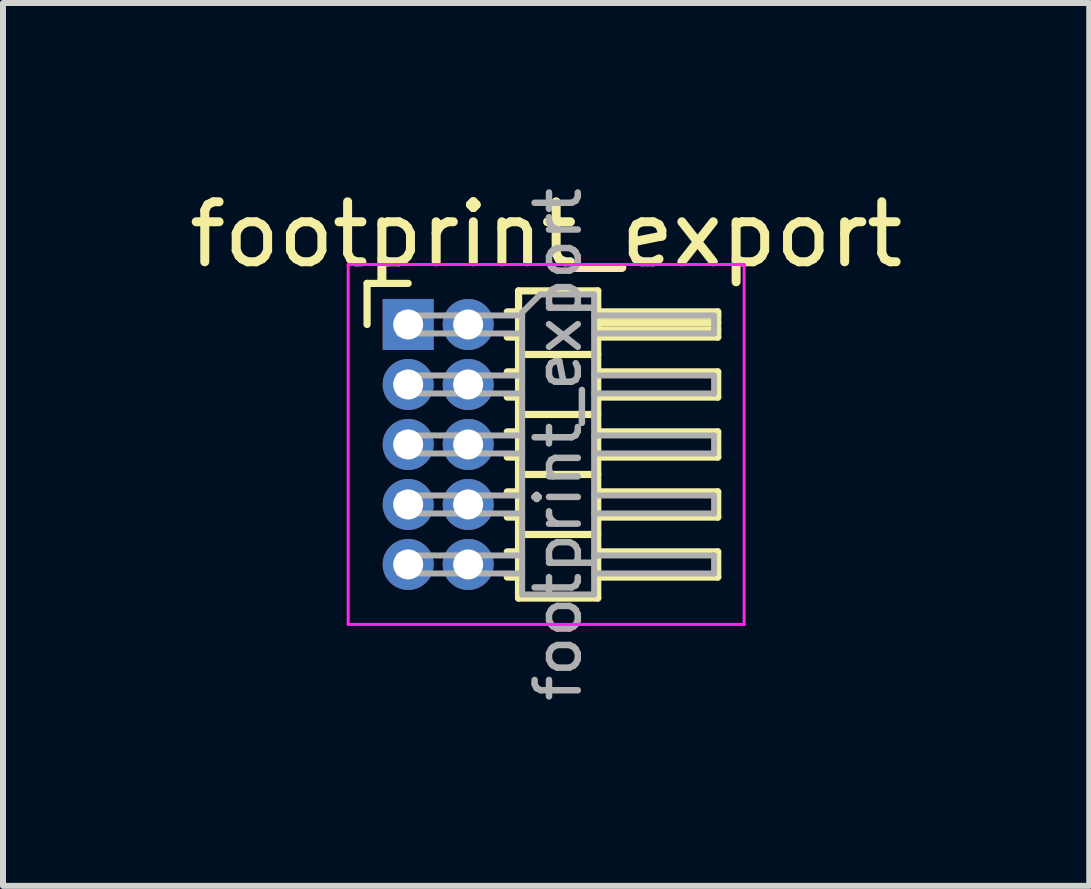
<source format=kicad_pcb>
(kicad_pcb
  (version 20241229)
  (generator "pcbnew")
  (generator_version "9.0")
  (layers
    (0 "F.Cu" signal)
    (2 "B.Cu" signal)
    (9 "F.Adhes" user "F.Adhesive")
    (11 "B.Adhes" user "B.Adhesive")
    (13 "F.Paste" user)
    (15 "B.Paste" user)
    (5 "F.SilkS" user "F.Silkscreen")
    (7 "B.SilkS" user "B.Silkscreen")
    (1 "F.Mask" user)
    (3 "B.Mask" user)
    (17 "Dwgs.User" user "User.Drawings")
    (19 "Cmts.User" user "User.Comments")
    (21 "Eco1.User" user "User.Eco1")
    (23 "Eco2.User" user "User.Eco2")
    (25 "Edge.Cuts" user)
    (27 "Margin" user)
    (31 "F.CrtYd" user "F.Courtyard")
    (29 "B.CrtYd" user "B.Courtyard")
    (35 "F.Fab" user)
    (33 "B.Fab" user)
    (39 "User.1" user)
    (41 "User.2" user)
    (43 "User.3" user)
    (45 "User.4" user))
  (footprint "footprint_export"
    (layer "F.Cu")
    (at 3.754 2.359)
    (property "Reference" "footprint_export" (at 2.3 -1.5 0) (layer "F.SilkS") (effects (font (size 1 1) (thickness 0.15))))
    (attr through_hole)
    (fp_line (start -0.685 -0.685) (end 0 -0.685) (stroke (width 0.12) (type solid)) (layer "F.SilkS"))
    (fp_line (start -0.685 0) (end -0.685 -0.685) (stroke (width 0.12) (type solid)) (layer "F.SilkS"))
    (fp_line (start 1.652 -0.21) (end 1.84 -0.21) (stroke (width 0.12) (type solid)) (layer "F.SilkS"))
    (fp_line (start 1.652 0.21) (end 1.84 0.21) (stroke (width 0.12) (type solid)) (layer "F.SilkS"))
    (fp_line (start 1.652 0.79) (end 1.84 0.79) (stroke (width 0.12) (type solid)) (layer "F.SilkS"))
    (fp_line (start 1.652 1.21) (end 1.84 1.21) (stroke (width 0.12) (type solid)) (layer "F.SilkS"))
    (fp_line (start 1.652 1.79) (end 1.84 1.79) (stroke (width 0.12) (type solid)) (layer "F.SilkS"))
    (fp_line (start 1.652 2.21) (end 1.84 2.21) (stroke (width 0.12) (type solid)) (layer "F.SilkS"))
    (fp_line (start 1.652 2.79) (end 1.84 2.79) (stroke (width 0.12) (type solid)) (layer "F.SilkS"))
    (fp_line (start 1.652 3.21) (end 1.84 3.21) (stroke (width 0.12) (type solid)) (layer "F.SilkS"))
    (fp_line (start 1.652 3.79) (end 1.84 3.79) (stroke (width 0.12) (type solid)) (layer "F.SilkS"))
    (fp_line (start 1.652 4.21) (end 1.84 4.21) (stroke (width 0.12) (type solid)) (layer "F.SilkS"))
    (fp_line (start 1.84 -0.56) (end 1.84 4.56) (stroke (width 0.12) (type solid)) (layer "F.SilkS"))
    (fp_line (start 1.84 0.5) (end 3.16 0.5) (stroke (width 0.12) (type solid)) (layer "F.SilkS"))
    (fp_line (start 1.84 1.5) (end 3.16 1.5) (stroke (width 0.12) (type solid)) (layer "F.SilkS"))
    (fp_line (start 1.84 2.5) (end 3.16 2.5) (stroke (width 0.12) (type solid)) (layer "F.SilkS"))
    (fp_line (start 1.84 3.5) (end 3.16 3.5) (stroke (width 0.12) (type solid)) (layer "F.SilkS"))
    (fp_line (start 1.84 4.56) (end 3.16 4.56) (stroke (width 0.12) (type solid)) (layer "F.SilkS"))
    (fp_line (start 3.16 -0.56) (end 1.84 -0.56) (stroke (width 0.12) (type solid)) (layer "F.SilkS"))
    (fp_line (start 3.16 -0.21) (end 5.16 -0.21) (stroke (width 0.12) (type solid)) (layer "F.SilkS"))
    (fp_line (start 3.16 -0.15) (end 5.16 -0.15) (stroke (width 0.12) (type solid)) (layer "F.SilkS"))
    (fp_line (start 3.16 -0.03) (end 5.16 -0.03) (stroke (width 0.12) (type solid)) (layer "F.SilkS"))
    (fp_line (start 3.16 0.09) (end 5.16 0.09) (stroke (width 0.12) (type solid)) (layer "F.SilkS"))
    (fp_line (start 3.16 0.79) (end 5.16 0.79) (stroke (width 0.12) (type solid)) (layer "F.SilkS"))
    (fp_line (start 3.16 1.79) (end 5.16 1.79) (stroke (width 0.12) (type solid)) (layer "F.SilkS"))
    (fp_line (start 3.16 2.79) (end 5.16 2.79) (stroke (width 0.12) (type solid)) (layer "F.SilkS"))
    (fp_line (start 3.16 3.79) (end 5.16 3.79) (stroke (width 0.12) (type solid)) (layer "F.SilkS"))
    (fp_line (start 3.16 4.56) (end 3.16 -0.56) (stroke (width 0.12) (type solid)) (layer "F.SilkS"))
    (fp_line (start 5.16 -0.21) (end 5.16 0.21) (stroke (width 0.12) (type solid)) (layer "F.SilkS"))
    (fp_line (start 5.16 0.21) (end 3.16 0.21) (stroke (width 0.12) (type solid)) (layer "F.SilkS"))
    (fp_line (start 5.16 0.79) (end 5.16 1.21) (stroke (width 0.12) (type solid)) (layer "F.SilkS"))
    (fp_line (start 5.16 1.21) (end 3.16 1.21) (stroke (width 0.12) (type solid)) (layer "F.SilkS"))
    (fp_line (start 5.16 1.79) (end 5.16 2.21) (stroke (width 0.12) (type solid)) (layer "F.SilkS"))
    (fp_line (start 5.16 2.21) (end 3.16 2.21) (stroke (width 0.12) (type solid)) (layer "F.SilkS"))
    (fp_line (start 5.16 2.79) (end 5.16 3.21) (stroke (width 0.12) (type solid)) (layer "F.SilkS"))
    (fp_line (start 5.16 3.21) (end 3.16 3.21) (stroke (width 0.12) (type solid)) (layer "F.SilkS"))
    (fp_line (start 5.16 3.79) (end 5.16 4.21) (stroke (width 0.12) (type solid)) (layer "F.SilkS"))
    (fp_line (start 5.16 4.21) (end 3.16 4.21) (stroke (width 0.12) (type solid)) (layer "F.SilkS"))
    (fp_line (start -1 -1) (end -1 5) (stroke (width 0.05) (type solid)) (layer "F.CrtYd"))
    (fp_line (start -1 5) (end 5.6 5) (stroke (width 0.05) (type solid)) (layer "F.CrtYd"))
    (fp_line (start 5.6 -1) (end -1 -1) (stroke (width 0.05) (type solid)) (layer "F.CrtYd"))
    (fp_line (start 5.6 5) (end 5.6 -1) (stroke (width 0.05) (type solid)) (layer "F.CrtYd"))
    (fp_line (start -0.15 -0.15) (end -0.15 0.15) (stroke (width 0.1) (type solid)) (layer "F.Fab"))
    (fp_line (start -0.15 -0.15) (end 1.9 -0.15) (stroke (width 0.1) (type solid)) (layer "F.Fab"))
    (fp_line (start -0.15 0.15) (end 1.9 0.15) (stroke (width 0.1) (type solid)) (layer "F.Fab"))
    (fp_line (start -0.15 0.85) (end -0.15 1.15) (stroke (width 0.1) (type solid)) (layer "F.Fab"))
    (fp_line (start -0.15 0.85) (end 1.9 0.85) (stroke (width 0.1) (type solid)) (layer "F.Fab"))
    (fp_line (start -0.15 1.15) (end 1.9 1.15) (stroke (width 0.1) (type solid)) (layer "F.Fab"))
    (fp_line (start -0.15 1.85) (end -0.15 2.15) (stroke (width 0.1) (type solid)) (layer "F.Fab"))
    (fp_line (start -0.15 1.85) (end 1.9 1.85) (stroke (width 0.1) (type solid)) (layer "F.Fab"))
    (fp_line (start -0.15 2.15) (end 1.9 2.15) (stroke (width 0.1) (type solid)) (layer "F.Fab"))
    (fp_line (start -0.15 2.85) (end -0.15 3.15) (stroke (width 0.1) (type solid)) (layer "F.Fab"))
    (fp_line (start -0.15 2.85) (end 1.9 2.85) (stroke (width 0.1) (type solid)) (layer "F.Fab"))
    (fp_line (start -0.15 3.15) (end 1.9 3.15) (stroke (width 0.1) (type solid)) (layer "F.Fab"))
    (fp_line (start -0.15 3.85) (end -0.15 4.15) (stroke (width 0.1) (type solid)) (layer "F.Fab"))
    (fp_line (start -0.15 3.85) (end 1.9 3.85) (stroke (width 0.1) (type solid)) (layer "F.Fab"))
    (fp_line (start -0.15 4.15) (end 1.9 4.15) (stroke (width 0.1) (type solid)) (layer "F.Fab"))
    (fp_line (start 1.9 -0.2) (end 2.2 -0.5) (stroke (width 0.1) (type solid)) (layer "F.Fab"))
    (fp_line (start 1.9 4.5) (end 1.9 -0.2) (stroke (width 0.1) (type solid)) (layer "F.Fab"))
    (fp_line (start 2.2 -0.5) (end 3.1 -0.5) (stroke (width 0.1) (type solid)) (layer "F.Fab"))
    (fp_line (start 3.1 -0.5) (end 3.1 4.5) (stroke (width 0.1) (type solid)) (layer "F.Fab"))
    (fp_line (start 3.1 -0.15) (end 5.1 -0.15) (stroke (width 0.1) (type solid)) (layer "F.Fab"))
    (fp_line (start 3.1 0.15) (end 5.1 0.15) (stroke (width 0.1) (type solid)) (layer "F.Fab"))
    (fp_line (start 3.1 0.85) (end 5.1 0.85) (stroke (width 0.1) (type solid)) (layer "F.Fab"))
    (fp_line (start 3.1 1.15) (end 5.1 1.15) (stroke (width 0.1) (type solid)) (layer "F.Fab"))
    (fp_line (start 3.1 1.85) (end 5.1 1.85) (stroke (width 0.1) (type solid)) (layer "F.Fab"))
    (fp_line (start 3.1 2.15) (end 5.1 2.15) (stroke (width 0.1) (type solid)) (layer "F.Fab"))
    (fp_line (start 3.1 2.85) (end 5.1 2.85) (stroke (width 0.1) (type solid)) (layer "F.Fab"))
    (fp_line (start 3.1 3.15) (end 5.1 3.15) (stroke (width 0.1) (type solid)) (layer "F.Fab"))
    (fp_line (start 3.1 3.85) (end 5.1 3.85) (stroke (width 0.1) (type solid)) (layer "F.Fab"))
    (fp_line (start 3.1 4.15) (end 5.1 4.15) (stroke (width 0.1) (type solid)) (layer "F.Fab"))
    (fp_line (start 3.1 4.5) (end 1.9 4.5) (stroke (width 0.1) (type solid)) (layer "F.Fab"))
    (fp_line (start 5.1 -0.15) (end 5.1 0.15) (stroke (width 0.1) (type solid)) (layer "F.Fab"))
    (fp_line (start 5.1 0.85) (end 5.1 1.15) (stroke (width 0.1) (type solid)) (layer "F.Fab"))
    (fp_line (start 5.1 1.85) (end 5.1 2.15) (stroke (width 0.1) (type solid)) (layer "F.Fab"))
    (fp_line (start 5.1 2.85) (end 5.1 3.15) (stroke (width 0.1) (type solid)) (layer "F.Fab"))
    (fp_line (start 5.1 3.85) (end 5.1 4.15) (stroke (width 0.1) (type solid)) (layer "F.Fab"))
    (fp_text user "${REFERENCE}" (at 2.5 2 90) (layer "F.Fab") (effects (font (size 0.72 0.72) (thickness 0.108))))
    (pad "1" thru_hole rect (at 0 0) (size 0.85 0.85) (drill 0.5) (layers "*.Cu" "*.Mask"))
    (pad "2" thru_hole oval (at 1 0) (size 0.85 0.85) (drill 0.5) (layers "*.Cu" "*.Mask"))
    (pad "3" thru_hole oval (at 0 1) (size 0.85 0.85) (drill 0.5) (layers "*.Cu" "*.Mask"))
    (pad "4" thru_hole oval (at 1 1) (size 0.85 0.85) (drill 0.5) (layers "*.Cu" "*.Mask"))
    (pad "5" thru_hole oval (at 0 2) (size 0.85 0.85) (drill 0.5) (layers "*.Cu" "*.Mask"))
    (pad "6" thru_hole oval (at 1 2) (size 0.85 0.85) (drill 0.5) (layers "*.Cu" "*.Mask"))
    (pad "7" thru_hole oval (at 0 3) (size 0.85 0.85) (drill 0.5) (layers "*.Cu" "*.Mask"))
    (pad "8" thru_hole oval (at 1 3) (size 0.85 0.85) (drill 0.5) (layers "*.Cu" "*.Mask"))
    (pad "9" thru_hole oval (at 0 4) (size 0.85 0.85) (drill 0.5) (layers "*.Cu" "*.Mask"))
    (pad "10" thru_hole oval (at 1 4) (size 0.85 0.85) (drill 0.5) (layers "*.Cu" "*.Mask")))
  (gr_rect
    (start -3 -3)
    (end 15.107 11.717)
    (stroke (width 0.1) (type default))
    (fill no)
    (layer "Edge.Cuts")))
</source>
